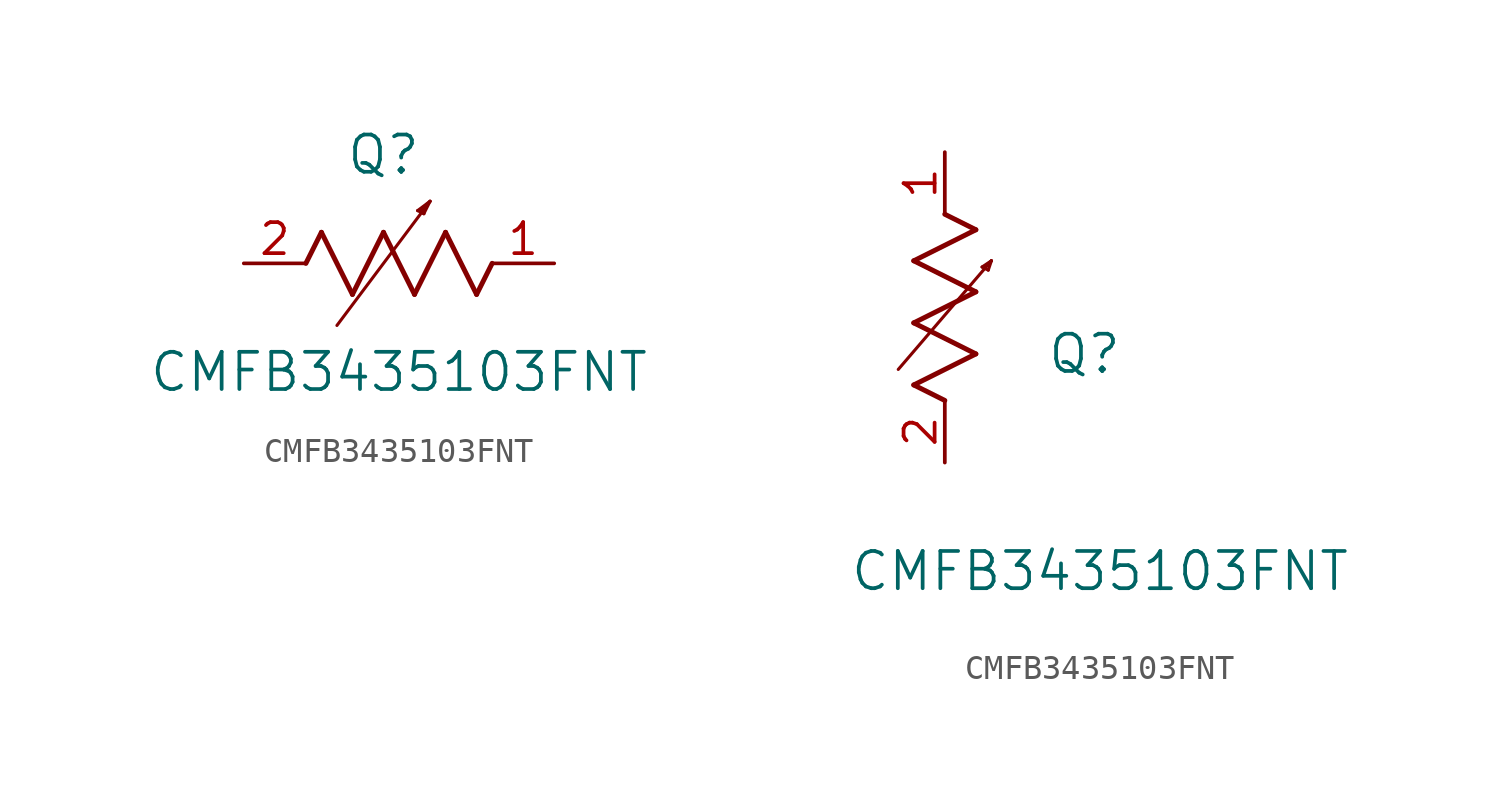
<source format=kicad_sym>
(kicad_symbol_lib
  (version 20211014)
  (generator kicad_symbol_editor)
  (symbol "CMFB3435103FNT"
    (pin_names
      (offset 0.254))
    (property "Reference" "Q"
      (at 5.715 4.445 0)
      (effects (font (size 1.524 1.524))))
    (property "Value" "CMFB3435103FNT"
      (at 6.35 -4.445 0)
      (effects (font (size 1.524 1.524))))
    (symbol "CMFB3435103FNT_1_1"
      (polyline (pts (xy 3.175 1.27) (xy 4.445 -1.27)) (stroke (width 0.203) (type default) (color 0 0 0 0)) (fill (type none)))
      (polyline (pts (xy 4.445 -1.27) (xy 5.715 1.27)) (stroke (width 0.203) (type default) (color 0 0 0 0)) (fill (type none)))
      (polyline (pts (xy 5.715 1.27) (xy 6.985 -1.27)) (stroke (width 0.203) (type default) (color 0 0 0 0)) (fill (type none)))
      (polyline (pts (xy 6.985 -1.27) (xy 8.255 1.27)) (stroke (width 0.203) (type default) (color 0 0 0 0)) (fill (type none)))
      (polyline (pts (xy 8.255 1.27) (xy 9.525 -1.27)) (stroke (width 0.203) (type default) (color 0 0 0 0)) (fill (type none)))
      (polyline (pts (xy 2.54 0) (xy 3.175 1.27)) (stroke (width 0.203) (type default) (color 0 0 0 0)) (fill (type none)))
      (polyline (pts (xy 9.525 -1.27) (xy 10.16 0)) (stroke (width 0.203) (type default) (color 0 0 0 0)) (fill (type none)))
      (polyline (pts (xy 3.81 -2.54) (xy 7.62 2.54)) (stroke (width 0.127) (type default) (color 0 0 0 0)) (fill (type none)))
      (polyline (pts (xy 7.62 2.54) (xy 7.112 2.159)) (stroke (width 0.127) (type default) (color 0 0 0 0)) (fill (type none)))
      (polyline (pts (xy 7.112 2.159) (xy 7.366 2.032)) (stroke (width 0.127) (type default) (color 0 0 0 0)) (fill (type none)))
      (polyline (pts (xy 7.62 2.54) (xy 7.366 2.032)) (stroke (width 0.127) (type default) (color 0 0 0 0)) (fill (type none)))
      (polyline (pts (xy 7.366 2.032) (xy 7.239 2.159)) (stroke (width 0.127) (type default) (color 0 0 0 0)) (fill (type none)))
      (polyline (pts (xy 7.239 2.159) (xy 7.62 2.54)) (stroke (width 0.127) (type default) (color 0 0 0 0)) (fill (type none)))
      (pin unspecified line (at 0 0 0) (length 2.54) (name "" (effects (font (size 1.27 1.27)))) (number "2" (effects (font (size 1.27 1.27)))))
      (pin unspecified line (at 12.7 0 180) (length 2.54) (name "" (effects (font (size 1.27 1.27)))) (number "1" (effects (font (size 1.27 1.27))))))
    (symbol "CMFB3435103FNT_1_2"
      (polyline (pts (xy 0 2.54) (xy -1.27 3.175)) (stroke (width 0.203) (type default) (color 0 0 0 0)) (fill (type none)))
      (polyline (pts (xy -1.27 3.175) (xy 1.27 4.445)) (stroke (width 0.203) (type default) (color 0 0 0 0)) (fill (type none)))
      (polyline (pts (xy 1.27 4.445) (xy -1.27 5.715)) (stroke (width 0.203) (type default) (color 0 0 0 0)) (fill (type none)))
      (polyline (pts (xy -1.27 5.715) (xy 1.27 6.985)) (stroke (width 0.203) (type default) (color 0 0 0 0)) (fill (type none)))
      (polyline (pts (xy -1.27 8.255) (xy 1.27 9.525)) (stroke (width 0.203) (type default) (color 0 0 0 0)) (fill (type none)))
      (polyline (pts (xy 1.27 9.525) (xy 0 10.16)) (stroke (width 0.203) (type default) (color 0 0 0 0)) (fill (type none)))
      (polyline (pts (xy 1.27 6.985) (xy -1.27 8.255)) (stroke (width 0.203) (type default) (color 0 0 0 0)) (fill (type none)))
      (polyline (pts (xy -1.905 3.81) (xy 1.905 8.255)) (stroke (width 0.127) (type default) (color 0 0 0 0)) (fill (type none)))
      (polyline (pts (xy 1.778 8.128) (xy 1.905 8.255)) (stroke (width 0.127) (type default) (color 0 0 0 0)) (fill (type none)))
      (polyline (pts (xy 1.905 8.255) (xy 1.524 8.001)) (stroke (width 0.127) (type default) (color 0 0 0 0)) (fill (type none)))
      (polyline (pts (xy 1.524 8.001) (xy 1.778 7.874)) (stroke (width 0.127) (type default) (color 0 0 0 0)) (fill (type none)))
      (polyline (pts (xy 1.778 7.874) (xy 1.905 8.255)) (stroke (width 0.127) (type default) (color 0 0 0 0)) (fill (type none)))
      (pin unspecified line (at 0 0 90) (length 2.54) (name "" (effects (font (size 1.27 1.27)))) (number "2" (effects (font (size 1.27 1.27)))))
      (pin unspecified line (at 0 12.7 270) (length 2.54) (name "" (effects (font (size 1.27 1.27)))) (number "1" (effects (font (size 1.27 1.27))))))))
</source>
